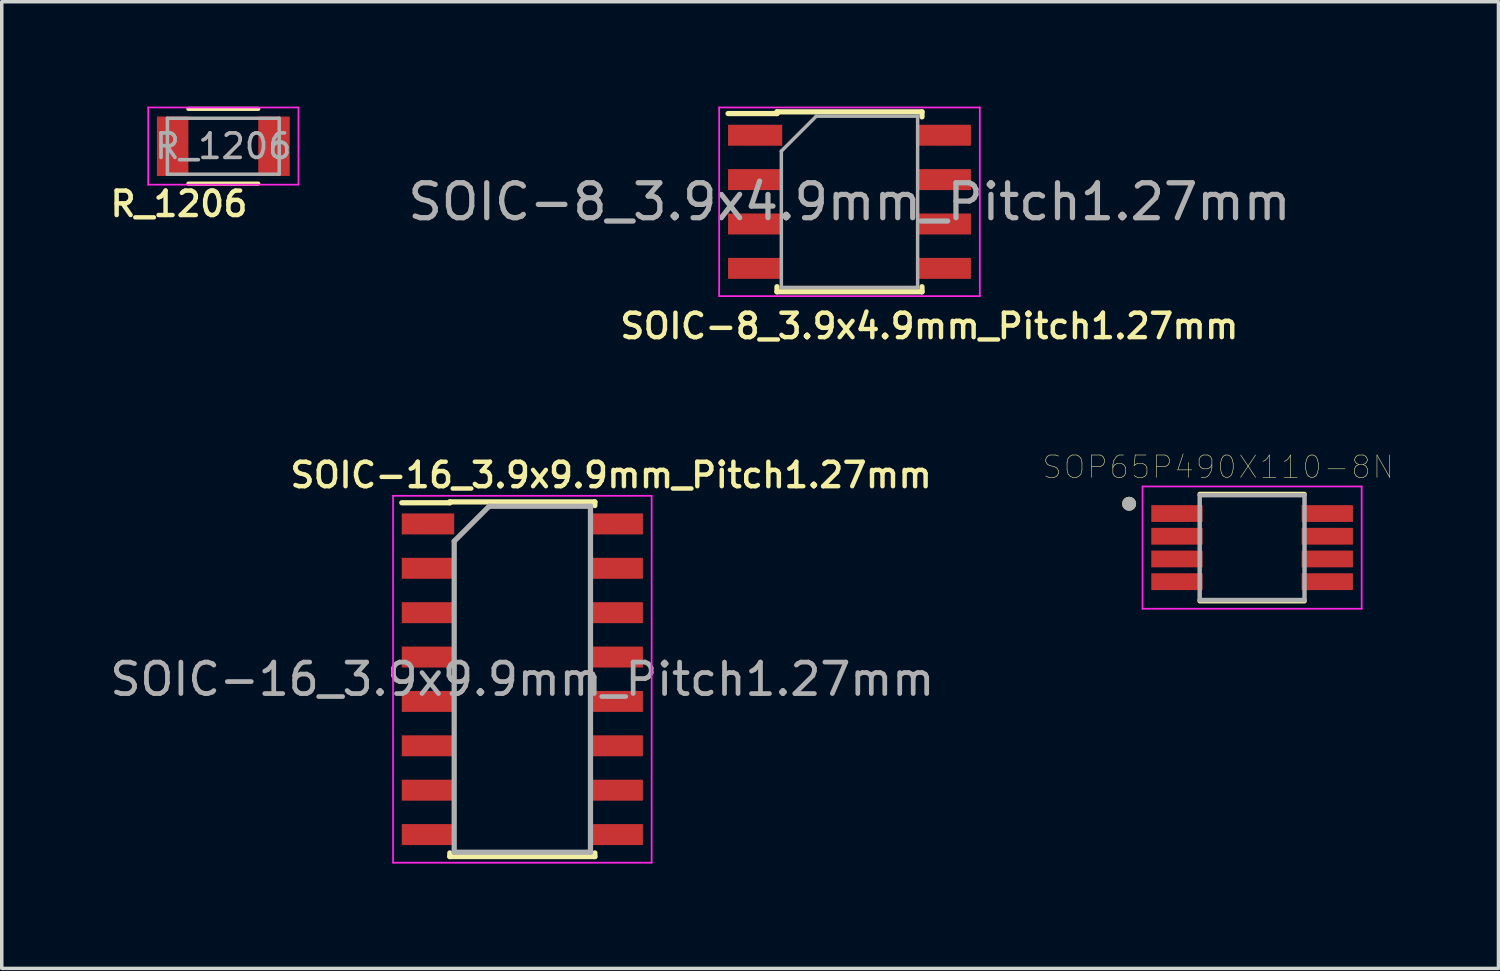
<source format=kicad_pcb>
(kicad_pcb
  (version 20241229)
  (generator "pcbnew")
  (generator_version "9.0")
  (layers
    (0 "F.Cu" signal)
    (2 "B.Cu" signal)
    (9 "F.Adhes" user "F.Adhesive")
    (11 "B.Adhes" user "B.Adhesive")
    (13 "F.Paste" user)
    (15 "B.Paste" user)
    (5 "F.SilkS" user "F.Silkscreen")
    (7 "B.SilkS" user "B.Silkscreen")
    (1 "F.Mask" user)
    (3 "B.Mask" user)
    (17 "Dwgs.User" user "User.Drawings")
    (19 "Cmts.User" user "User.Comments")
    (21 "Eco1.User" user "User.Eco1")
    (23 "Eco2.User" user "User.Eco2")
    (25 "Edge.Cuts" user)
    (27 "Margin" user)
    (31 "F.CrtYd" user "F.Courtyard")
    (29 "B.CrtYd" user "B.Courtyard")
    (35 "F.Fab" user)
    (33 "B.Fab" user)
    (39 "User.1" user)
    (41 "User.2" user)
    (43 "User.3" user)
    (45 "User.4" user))
  (footprint "R_1206"
    (layer "F.Cu")
    (at 3.341 1.135)
    (property "Reference" "R_1206" (at -1.27 1.651 180) (layer "F.SilkS") (effects (font (size 0.7 0.7) (thickness 0.127))))
    (attr smd)
    (fp_line (start -1 -1.07) (end 1 -1.07) (stroke (width 0.12) (type solid)) (layer "F.SilkS"))
    (fp_line (start 1 1.07) (end -1 1.07) (stroke (width 0.12) (type solid)) (layer "F.SilkS"))
    (fp_line (start -2.15 -1.11) (end -2.15 1.1) (stroke (width 0.05) (type solid)) (layer "F.CrtYd"))
    (fp_line (start -2.15 -1.11) (end 2.15 -1.11) (stroke (width 0.05) (type solid)) (layer "F.CrtYd"))
    (fp_line (start 2.15 1.1) (end -2.15 1.1) (stroke (width 0.05) (type solid)) (layer "F.CrtYd"))
    (fp_line (start 2.15 1.1) (end 2.15 -1.11) (stroke (width 0.05) (type solid)) (layer "F.CrtYd"))
    (fp_line (start -1.6 -0.8) (end 1.6 -0.8) (stroke (width 0.1) (type solid)) (layer "F.Fab"))
    (fp_line (start -1.6 0.8) (end -1.6 -0.8) (stroke (width 0.1) (type solid)) (layer "F.Fab"))
    (fp_line (start 1.6 -0.8) (end 1.6 0.8) (stroke (width 0.1) (type solid)) (layer "F.Fab"))
    (fp_line (start 1.6 0.8) (end -1.6 0.8) (stroke (width 0.1) (type solid)) (layer "F.Fab"))
    (fp_text user "${REFERENCE}" (at 0 0 0) (layer "F.Fab") (effects (font (size 0.7 0.7) (thickness 0.105))))
    (pad "1" smd rect (at -1.45 0) (size 0.9 1.7) (layers "F.Cu" "F.Mask" "F.Paste"))
    (pad "2" smd rect (at 1.45 0) (size 0.9 1.7) (layers "F.Cu" "F.Mask" "F.Paste")))
  (footprint "SOP65P490X110-8N"
    (layer "F.Cu")
    (at 32.782 12.621)
    (property "Reference" "SOP65P490X110-8N" (at -0.968 -2.306 0) (layer "F.SilkS") (effects (font (size 0.64 0.64) (thickness 0.015))))
    (attr through_hole)
    (fp_line (start -1.5 -1.535) (end 1.5 -1.535) (stroke (width 0.127) (type solid)) (layer "F.SilkS"))
    (fp_line (start -1.5 1.535) (end 1.5 1.535) (stroke (width 0.127) (type solid)) (layer "F.SilkS"))
    (fp_circle (center -3.52 -1.255) (end -3.42 -1.255) (stroke (width 0.2) (type solid)) (fill no) (layer "F.SilkS"))
    (fp_line (start -3.135 -1.75) (end -3.135 1.75) (stroke (width 0.05) (type solid)) (layer "F.CrtYd"))
    (fp_line (start -3.135 -1.75) (end 3.135 -1.75) (stroke (width 0.05) (type solid)) (layer "F.CrtYd"))
    (fp_line (start -3.135 1.75) (end 3.135 1.75) (stroke (width 0.05) (type solid)) (layer "F.CrtYd"))
    (fp_line (start 3.135 -1.75) (end 3.135 1.75) (stroke (width 0.05) (type solid)) (layer "F.CrtYd"))
    (fp_line (start -1.5 -1.5) (end -1.5 1.5) (stroke (width 0.127) (type solid)) (layer "F.Fab"))
    (fp_line (start -1.5 -1.5) (end 1.5 -1.5) (stroke (width 0.127) (type solid)) (layer "F.Fab"))
    (fp_line (start -1.5 1.5) (end 1.5 1.5) (stroke (width 0.127) (type solid)) (layer "F.Fab"))
    (fp_line (start 1.5 -1.5) (end 1.5 1.5) (stroke (width 0.127) (type solid)) (layer "F.Fab"))
    (fp_circle (center -3.52 -1.255) (end -3.42 -1.255) (stroke (width 0.2) (type solid)) (fill no) (layer "F.Fab"))
    (pad "1" smd rect (at -2.15 -0.975) (size 1.47 0.48) (layers "F.Cu" "F.Mask" "F.Paste"))
    (pad "2" smd rect (at -2.15 -0.325) (size 1.47 0.48) (layers "F.Cu" "F.Mask" "F.Paste"))
    (pad "3" smd rect (at -2.15 0.325) (size 1.47 0.48) (layers "F.Cu" "F.Mask" "F.Paste"))
    (pad "4" smd rect (at -2.15 0.975) (size 1.47 0.48) (layers "F.Cu" "F.Mask" "F.Paste"))
    (pad "5" smd rect (at 2.15 0.975) (size 1.47 0.48) (layers "F.Cu" "F.Mask" "F.Paste"))
    (pad "6" smd rect (at 2.15 0.325) (size 1.47 0.48) (layers "F.Cu" "F.Mask" "F.Paste"))
    (pad "7" smd rect (at 2.15 -0.325) (size 1.47 0.48) (layers "F.Cu" "F.Mask" "F.Paste"))
    (pad "8" smd rect (at 2.15 -0.975) (size 1.47 0.48) (layers "F.Cu" "F.Mask" "F.Paste")))
  (footprint "SOIC-16_3.9x9.9mm_Pitch1.27mm"
    (layer "F.Cu")
    (at 11.898 16.388)
    (property "Reference" "SOIC-16_3.9x9.9mm_Pitch1.27mm" (at 2.54 -5.842 0) (layer "F.SilkS") (effects (font (size 0.7 0.7) (thickness 0.127))))
    (attr smd)
    (fp_line (start -2.075 -5.075) (end -2.075 -5.05) (stroke (width 0.15) (type solid)) (layer "F.SilkS"))
    (fp_line (start -2.075 -5.075) (end 2.075 -5.075) (stroke (width 0.15) (type solid)) (layer "F.SilkS"))
    (fp_line (start -2.075 -5.05) (end -3.45 -5.05) (stroke (width 0.15) (type solid)) (layer "F.SilkS"))
    (fp_line (start -2.075 5.075) (end -2.075 4.97) (stroke (width 0.15) (type solid)) (layer "F.SilkS"))
    (fp_line (start -2.075 5.075) (end 2.075 5.075) (stroke (width 0.15) (type solid)) (layer "F.SilkS"))
    (fp_line (start 2.075 -5.075) (end 2.075 -4.97) (stroke (width 0.15) (type solid)) (layer "F.SilkS"))
    (fp_line (start 2.075 5.075) (end 2.075 4.97) (stroke (width 0.15) (type solid)) (layer "F.SilkS"))
    (fp_line (start -3.7 -5.25) (end -3.7 5.25) (stroke (width 0.05) (type solid)) (layer "F.CrtYd"))
    (fp_line (start -3.7 -5.25) (end 3.7 -5.25) (stroke (width 0.05) (type solid)) (layer "F.CrtYd"))
    (fp_line (start -3.7 5.25) (end 3.7 5.25) (stroke (width 0.05) (type solid)) (layer "F.CrtYd"))
    (fp_line (start 3.7 -5.25) (end 3.7 5.25) (stroke (width 0.05) (type solid)) (layer "F.CrtYd"))
    (fp_line (start -1.95 -3.95) (end -0.95 -4.95) (stroke (width 0.15) (type solid)) (layer "F.Fab"))
    (fp_line (start -1.95 4.95) (end -1.95 -3.95) (stroke (width 0.15) (type solid)) (layer "F.Fab"))
    (fp_line (start -0.95 -4.95) (end 1.95 -4.95) (stroke (width 0.15) (type solid)) (layer "F.Fab"))
    (fp_line (start 1.95 -4.95) (end 1.95 4.95) (stroke (width 0.15) (type solid)) (layer "F.Fab"))
    (fp_line (start 1.95 4.95) (end -1.95 4.95) (stroke (width 0.15) (type solid)) (layer "F.Fab"))
    (fp_text user "${REFERENCE}" (at 0 0 0) (layer "F.Fab") (effects (font (size 0.9 0.9) (thickness 0.135))))
    (pad "1" smd rect (at -2.7 -4.445) (size 1.5 0.6) (layers "F.Cu" "F.Mask" "F.Paste"))
    (pad "2" smd rect (at -2.7 -3.175) (size 1.5 0.6) (layers "F.Cu" "F.Mask" "F.Paste"))
    (pad "3" smd rect (at -2.7 -1.905) (size 1.5 0.6) (layers "F.Cu" "F.Mask" "F.Paste"))
    (pad "4" smd rect (at -2.7 -0.635) (size 1.5 0.6) (layers "F.Cu" "F.Mask" "F.Paste"))
    (pad "5" smd rect (at -2.7 0.635) (size 1.5 0.6) (layers "F.Cu" "F.Mask" "F.Paste"))
    (pad "6" smd rect (at -2.7 1.905) (size 1.5 0.6) (layers "F.Cu" "F.Mask" "F.Paste"))
    (pad "7" smd rect (at -2.7 3.175) (size 1.5 0.6) (layers "F.Cu" "F.Mask" "F.Paste"))
    (pad "8" smd rect (at -2.7 4.445) (size 1.5 0.6) (layers "F.Cu" "F.Mask" "F.Paste"))
    (pad "9" smd rect (at 2.7 4.445) (size 1.5 0.6) (layers "F.Cu" "F.Mask" "F.Paste"))
    (pad "10" smd rect (at 2.7 3.175) (size 1.5 0.6) (layers "F.Cu" "F.Mask" "F.Paste"))
    (pad "11" smd rect (at 2.7 1.905) (size 1.5 0.6) (layers "F.Cu" "F.Mask" "F.Paste"))
    (pad "12" smd rect (at 2.7 0.635) (size 1.5 0.6) (layers "F.Cu" "F.Mask" "F.Paste"))
    (pad "13" smd rect (at 2.7 -0.635) (size 1.5 0.6) (layers "F.Cu" "F.Mask" "F.Paste"))
    (pad "14" smd rect (at 2.7 -1.905) (size 1.5 0.6) (layers "F.Cu" "F.Mask" "F.Paste"))
    (pad "15" smd rect (at 2.7 -3.175) (size 1.5 0.6) (layers "F.Cu" "F.Mask" "F.Paste"))
    (pad "16" smd rect (at 2.7 -4.445) (size 1.5 0.6) (layers "F.Cu" "F.Mask" "F.Paste")))
  (footprint "SOIC-8_3.9x4.9mm_Pitch1.27mm"
    (layer "F.Cu")
    (at 21.26 2.725)
    (property "Reference" "SOIC-8_3.9x4.9mm_Pitch1.27mm" (at 2.286 3.556 0) (layer "F.SilkS") (effects (font (size 0.7 0.7) (thickness 0.127))))
    (attr smd)
    (fp_line (start -2.075 -2.575) (end -2.075 -2.525) (stroke (width 0.15) (type solid)) (layer "F.SilkS"))
    (fp_line (start -2.075 -2.575) (end 2.075 -2.575) (stroke (width 0.15) (type solid)) (layer "F.SilkS"))
    (fp_line (start -2.075 -2.525) (end -3.475 -2.525) (stroke (width 0.15) (type solid)) (layer "F.SilkS"))
    (fp_line (start -2.075 2.575) (end -2.075 2.43) (stroke (width 0.15) (type solid)) (layer "F.SilkS"))
    (fp_line (start -2.075 2.575) (end 2.075 2.575) (stroke (width 0.15) (type solid)) (layer "F.SilkS"))
    (fp_line (start 2.075 -2.575) (end 2.075 -2.43) (stroke (width 0.15) (type solid)) (layer "F.SilkS"))
    (fp_line (start 2.075 2.575) (end 2.075 2.43) (stroke (width 0.15) (type solid)) (layer "F.SilkS"))
    (fp_line (start -3.73 -2.7) (end -3.73 2.7) (stroke (width 0.05) (type solid)) (layer "F.CrtYd"))
    (fp_line (start -3.73 -2.7) (end 3.73 -2.7) (stroke (width 0.05) (type solid)) (layer "F.CrtYd"))
    (fp_line (start -3.73 2.7) (end 3.73 2.7) (stroke (width 0.05) (type solid)) (layer "F.CrtYd"))
    (fp_line (start 3.73 -2.7) (end 3.73 2.7) (stroke (width 0.05) (type solid)) (layer "F.CrtYd"))
    (fp_line (start -1.95 -1.45) (end -0.95 -2.45) (stroke (width 0.1) (type solid)) (layer "F.Fab"))
    (fp_line (start -1.95 2.45) (end -1.95 -1.45) (stroke (width 0.1) (type solid)) (layer "F.Fab"))
    (fp_line (start -0.95 -2.45) (end 1.95 -2.45) (stroke (width 0.1) (type solid)) (layer "F.Fab"))
    (fp_line (start 1.95 -2.45) (end 1.95 2.45) (stroke (width 0.1) (type solid)) (layer "F.Fab"))
    (fp_line (start 1.95 2.45) (end -1.95 2.45) (stroke (width 0.1) (type solid)) (layer "F.Fab"))
    (fp_text user "${REFERENCE}" (at 0 0 0) (layer "F.Fab") (effects (font (size 1 1) (thickness 0.15))))
    (pad "1" smd rect (at -2.7 -1.905) (size 1.55 0.6) (layers "F.Cu" "F.Mask" "F.Paste"))
    (pad "2" smd rect (at -2.7 -0.635) (size 1.55 0.6) (layers "F.Cu" "F.Mask" "F.Paste"))
    (pad "3" smd rect (at -2.7 0.635) (size 1.55 0.6) (layers "F.Cu" "F.Mask" "F.Paste"))
    (pad "4" smd rect (at -2.7 1.905) (size 1.55 0.6) (layers "F.Cu" "F.Mask" "F.Paste"))
    (pad "5" smd rect (at 2.7 1.905) (size 1.55 0.6) (layers "F.Cu" "F.Mask" "F.Paste"))
    (pad "6" smd rect (at 2.7 0.635) (size 1.55 0.6) (layers "F.Cu" "F.Mask" "F.Paste"))
    (pad "7" smd rect (at 2.7 -0.635) (size 1.55 0.6) (layers "F.Cu" "F.Mask" "F.Paste"))
    (pad "8" smd rect (at 2.7 -1.905) (size 1.55 0.6) (layers "F.Cu" "F.Mask" "F.Paste")))
  (gr_rect
    (start -3 -3)
    (end 39.832 24.663)
    (stroke (width 0.1) (type default))
    (fill no)
    (layer "Edge.Cuts")))
</source>
